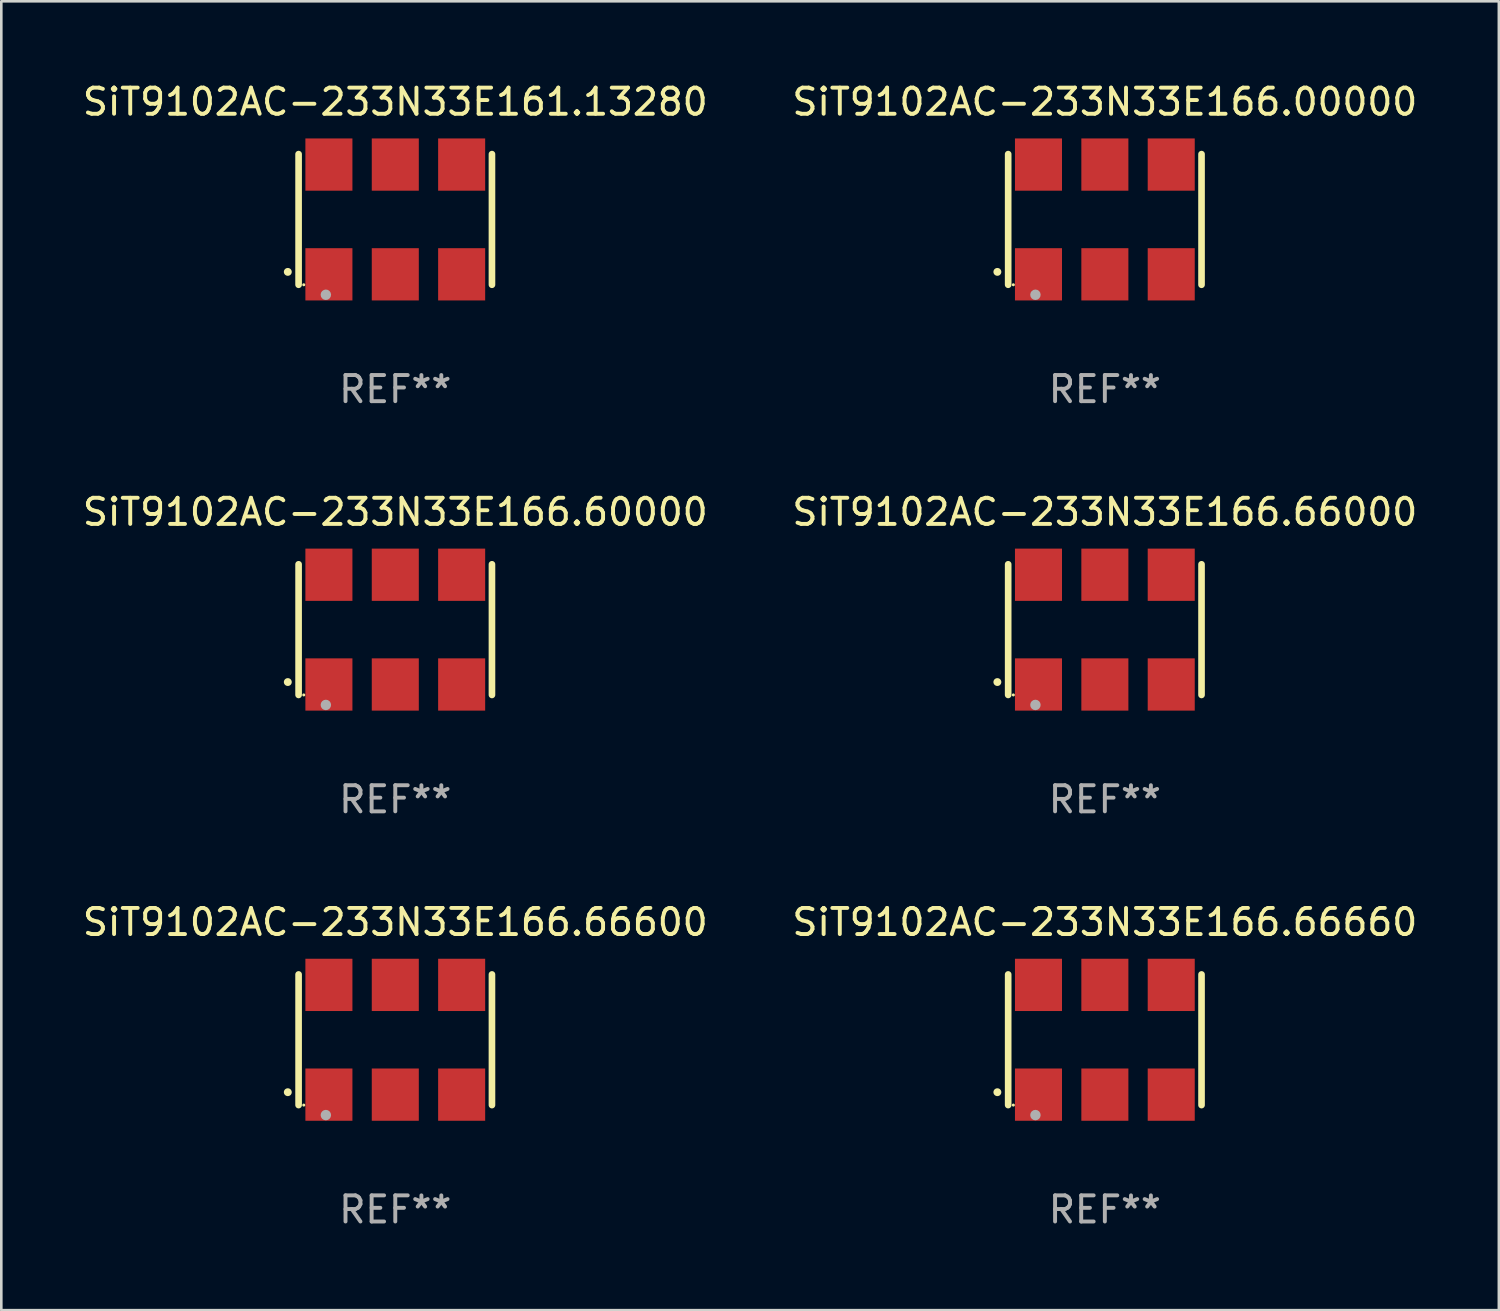
<source format=kicad_pcb>
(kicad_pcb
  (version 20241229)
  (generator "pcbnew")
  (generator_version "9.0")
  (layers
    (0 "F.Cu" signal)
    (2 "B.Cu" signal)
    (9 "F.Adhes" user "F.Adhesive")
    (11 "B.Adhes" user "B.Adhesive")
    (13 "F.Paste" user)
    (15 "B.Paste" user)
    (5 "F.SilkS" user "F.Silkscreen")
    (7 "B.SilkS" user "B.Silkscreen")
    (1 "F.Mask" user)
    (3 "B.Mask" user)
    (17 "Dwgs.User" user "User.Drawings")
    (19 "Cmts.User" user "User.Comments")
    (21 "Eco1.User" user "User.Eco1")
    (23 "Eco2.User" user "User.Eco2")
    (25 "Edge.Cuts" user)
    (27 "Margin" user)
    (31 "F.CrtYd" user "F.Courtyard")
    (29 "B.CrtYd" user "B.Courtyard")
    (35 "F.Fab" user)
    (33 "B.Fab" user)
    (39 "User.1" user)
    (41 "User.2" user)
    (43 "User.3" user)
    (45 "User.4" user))
  (footprint "SiT9102AC-233N33E166.00000"
    (layer "F.Cu")
    (at 39.232 5.348)
    (property "Reference" "SiT9102AC-233N33E166.00000" (at 0 -4.5 0) (layer "F.SilkS") (effects (font (size 1 1) (thickness 0.15))))
    (attr through_hole)
    (fp_line (start -3.7 -2.5) (end -3.7 2.5) (stroke (width 0.254) (type solid)) (layer "F.SilkS"))
    (fp_line (start 3.7 -2.5) (end 3.7 2.5) (stroke (width 0.254) (type solid)) (layer "F.SilkS"))
    (fp_arc (start -4.114415 2.006604) (mid -4.113145 2.006599) (end -4.111875 2.006604) (stroke (width 0.3) (type solid)) (layer "F.SilkS"))
    (fp_circle (center -3.502 2.5) (end -3.472 2.5) (stroke (width 0.06) (type solid)) (fill no) (layer "F.SilkS"))
    (fp_circle (center -2.657 2.882) (end -2.557 2.882) (stroke (width 0.2) (type solid)) (fill no) (layer "F.Fab"))
    (fp_text user "REF**" (at 0 6.5 0) (layer "F.Fab") (effects (font (size 1 1) (thickness 0.15))))
    (pad "1" smd rect (at -2.54 2.1) (size 1.8 2) (layers "F.Cu" "F.Mask" "F.Paste"))
    (pad "2" smd rect (at 0.000394 2.1) (size 1.8 2) (layers "F.Cu" "F.Mask" "F.Paste"))
    (pad "3" smd rect (at 2.54 2.1) (size 1.8 2) (layers "F.Cu" "F.Mask" "F.Paste"))
    (pad "4" smd rect (at 2.54 -2.1) (size 1.8 2) (layers "F.Cu" "F.Mask" "F.Paste"))
    (pad "5" smd rect (at 0.000394 -2.1) (size 1.8 2) (layers "F.Cu" "F.Mask" "F.Paste"))
    (pad "6" smd rect (at -2.54 -2.1) (size 1.8 2) (layers "F.Cu" "F.Mask" "F.Paste")))
  (footprint "SiT9102AC-233N33E166.66600"
    (layer "F.Cu")
    (at 12.077 36.741)
    (property "Reference" "SiT9102AC-233N33E166.66600" (at 0 -4.5 0) (layer "F.SilkS") (effects (font (size 1 1) (thickness 0.15))))
    (attr through_hole)
    (fp_line (start -3.7 -2.5) (end -3.7 2.5) (stroke (width 0.254) (type solid)) (layer "F.SilkS"))
    (fp_line (start 3.7 -2.5) (end 3.7 2.5) (stroke (width 0.254) (type solid)) (layer "F.SilkS"))
    (fp_arc (start -4.114415 2.006604) (mid -4.113145 2.006599) (end -4.111875 2.006604) (stroke (width 0.3) (type solid)) (layer "F.SilkS"))
    (fp_circle (center -3.502 2.5) (end -3.472 2.5) (stroke (width 0.06) (type solid)) (fill no) (layer "F.SilkS"))
    (fp_circle (center -2.657 2.882) (end -2.557 2.882) (stroke (width 0.2) (type solid)) (fill no) (layer "F.Fab"))
    (fp_text user "REF**" (at 0 6.5 0) (layer "F.Fab") (effects (font (size 1 1) (thickness 0.15))))
    (pad "1" smd rect (at -2.54 2.1) (size 1.8 2) (layers "F.Cu" "F.Mask" "F.Paste"))
    (pad "2" smd rect (at 0.000394 2.1) (size 1.8 2) (layers "F.Cu" "F.Mask" "F.Paste"))
    (pad "3" smd rect (at 2.54 2.1) (size 1.8 2) (layers "F.Cu" "F.Mask" "F.Paste"))
    (pad "4" smd rect (at 2.54 -2.1) (size 1.8 2) (layers "F.Cu" "F.Mask" "F.Paste"))
    (pad "5" smd rect (at 0.000394 -2.1) (size 1.8 2) (layers "F.Cu" "F.Mask" "F.Paste"))
    (pad "6" smd rect (at -2.54 -2.1) (size 1.8 2) (layers "F.Cu" "F.Mask" "F.Paste")))
  (footprint "SiT9102AC-233N33E166.60000"
    (layer "F.Cu")
    (at 12.077 21.045)
    (property "Reference" "SiT9102AC-233N33E166.60000" (at 0 -4.5 0) (layer "F.SilkS") (effects (font (size 1 1) (thickness 0.15))))
    (attr through_hole)
    (fp_line (start -3.7 -2.5) (end -3.7 2.5) (stroke (width 0.254) (type solid)) (layer "F.SilkS"))
    (fp_line (start 3.7 -2.5) (end 3.7 2.5) (stroke (width 0.254) (type solid)) (layer "F.SilkS"))
    (fp_arc (start -4.114415 2.006604) (mid -4.113145 2.006599) (end -4.111875 2.006604) (stroke (width 0.3) (type solid)) (layer "F.SilkS"))
    (fp_circle (center -3.502 2.5) (end -3.472 2.5) (stroke (width 0.06) (type solid)) (fill no) (layer "F.SilkS"))
    (fp_circle (center -2.657 2.882) (end -2.557 2.882) (stroke (width 0.2) (type solid)) (fill no) (layer "F.Fab"))
    (fp_text user "REF**" (at 0 6.5 0) (layer "F.Fab") (effects (font (size 1 1) (thickness 0.15))))
    (pad "1" smd rect (at -2.54 2.1) (size 1.8 2) (layers "F.Cu" "F.Mask" "F.Paste"))
    (pad "2" smd rect (at 0.000394 2.1) (size 1.8 2) (layers "F.Cu" "F.Mask" "F.Paste"))
    (pad "3" smd rect (at 2.54 2.1) (size 1.8 2) (layers "F.Cu" "F.Mask" "F.Paste"))
    (pad "4" smd rect (at 2.54 -2.1) (size 1.8 2) (layers "F.Cu" "F.Mask" "F.Paste"))
    (pad "5" smd rect (at 0.000394 -2.1) (size 1.8 2) (layers "F.Cu" "F.Mask" "F.Paste"))
    (pad "6" smd rect (at -2.54 -2.1) (size 1.8 2) (layers "F.Cu" "F.Mask" "F.Paste")))
  (footprint "SiT9102AC-233N33E161.13280"
    (layer "F.Cu")
    (at 12.077 5.348)
    (property "Reference" "SiT9102AC-233N33E161.13280" (at 0 -4.5 0) (layer "F.SilkS") (effects (font (size 1 1) (thickness 0.15))))
    (attr through_hole)
    (fp_line (start -3.7 -2.5) (end -3.7 2.5) (stroke (width 0.254) (type solid)) (layer "F.SilkS"))
    (fp_line (start 3.7 -2.5) (end 3.7 2.5) (stroke (width 0.254) (type solid)) (layer "F.SilkS"))
    (fp_arc (start -4.114415 2.006604) (mid -4.113145 2.006599) (end -4.111875 2.006604) (stroke (width 0.3) (type solid)) (layer "F.SilkS"))
    (fp_circle (center -3.502 2.5) (end -3.472 2.5) (stroke (width 0.06) (type solid)) (fill no) (layer "F.SilkS"))
    (fp_circle (center -2.657 2.882) (end -2.557 2.882) (stroke (width 0.2) (type solid)) (fill no) (layer "F.Fab"))
    (fp_text user "REF**" (at 0 6.5 0) (layer "F.Fab") (effects (font (size 1 1) (thickness 0.15))))
    (pad "1" smd rect (at -2.54 2.1) (size 1.8 2) (layers "F.Cu" "F.Mask" "F.Paste"))
    (pad "2" smd rect (at 0.000394 2.1) (size 1.8 2) (layers "F.Cu" "F.Mask" "F.Paste"))
    (pad "3" smd rect (at 2.54 2.1) (size 1.8 2) (layers "F.Cu" "F.Mask" "F.Paste"))
    (pad "4" smd rect (at 2.54 -2.1) (size 1.8 2) (layers "F.Cu" "F.Mask" "F.Paste"))
    (pad "5" smd rect (at 0.000394 -2.1) (size 1.8 2) (layers "F.Cu" "F.Mask" "F.Paste"))
    (pad "6" smd rect (at -2.54 -2.1) (size 1.8 2) (layers "F.Cu" "F.Mask" "F.Paste")))
  (footprint "SiT9102AC-233N33E166.66000"
    (layer "F.Cu")
    (at 39.232 21.045)
    (property "Reference" "SiT9102AC-233N33E166.66000" (at 0 -4.5 0) (layer "F.SilkS") (effects (font (size 1 1) (thickness 0.15))))
    (attr through_hole)
    (fp_line (start -3.7 -2.5) (end -3.7 2.5) (stroke (width 0.254) (type solid)) (layer "F.SilkS"))
    (fp_line (start 3.7 -2.5) (end 3.7 2.5) (stroke (width 0.254) (type solid)) (layer "F.SilkS"))
    (fp_arc (start -4.114415 2.006604) (mid -4.113145 2.006599) (end -4.111875 2.006604) (stroke (width 0.3) (type solid)) (layer "F.SilkS"))
    (fp_circle (center -3.502 2.5) (end -3.472 2.5) (stroke (width 0.06) (type solid)) (fill no) (layer "F.SilkS"))
    (fp_circle (center -2.657 2.882) (end -2.557 2.882) (stroke (width 0.2) (type solid)) (fill no) (layer "F.Fab"))
    (fp_text user "REF**" (at 0 6.5 0) (layer "F.Fab") (effects (font (size 1 1) (thickness 0.15))))
    (pad "1" smd rect (at -2.54 2.1) (size 1.8 2) (layers "F.Cu" "F.Mask" "F.Paste"))
    (pad "2" smd rect (at 0.000394 2.1) (size 1.8 2) (layers "F.Cu" "F.Mask" "F.Paste"))
    (pad "3" smd rect (at 2.54 2.1) (size 1.8 2) (layers "F.Cu" "F.Mask" "F.Paste"))
    (pad "4" smd rect (at 2.54 -2.1) (size 1.8 2) (layers "F.Cu" "F.Mask" "F.Paste"))
    (pad "5" smd rect (at 0.000394 -2.1) (size 1.8 2) (layers "F.Cu" "F.Mask" "F.Paste"))
    (pad "6" smd rect (at -2.54 -2.1) (size 1.8 2) (layers "F.Cu" "F.Mask" "F.Paste")))
  (footprint "SiT9102AC-233N33E166.66660"
    (layer "F.Cu")
    (at 39.232 36.741)
    (property "Reference" "SiT9102AC-233N33E166.66660" (at 0 -4.5 0) (layer "F.SilkS") (effects (font (size 1 1) (thickness 0.15))))
    (attr through_hole)
    (fp_line (start -3.7 -2.5) (end -3.7 2.5) (stroke (width 0.254) (type solid)) (layer "F.SilkS"))
    (fp_line (start 3.7 -2.5) (end 3.7 2.5) (stroke (width 0.254) (type solid)) (layer "F.SilkS"))
    (fp_arc (start -4.114415 2.006604) (mid -4.113145 2.006599) (end -4.111875 2.006604) (stroke (width 0.3) (type solid)) (layer "F.SilkS"))
    (fp_circle (center -3.502 2.5) (end -3.472 2.5) (stroke (width 0.06) (type solid)) (fill no) (layer "F.SilkS"))
    (fp_circle (center -2.657 2.882) (end -2.557 2.882) (stroke (width 0.2) (type solid)) (fill no) (layer "F.Fab"))
    (fp_text user "REF**" (at 0 6.5 0) (layer "F.Fab") (effects (font (size 1 1) (thickness 0.15))))
    (pad "1" smd rect (at -2.54 2.1) (size 1.8 2) (layers "F.Cu" "F.Mask" "F.Paste"))
    (pad "2" smd rect (at 0.000394 2.1) (size 1.8 2) (layers "F.Cu" "F.Mask" "F.Paste"))
    (pad "3" smd rect (at 2.54 2.1) (size 1.8 2) (layers "F.Cu" "F.Mask" "F.Paste"))
    (pad "4" smd rect (at 2.54 -2.1) (size 1.8 2) (layers "F.Cu" "F.Mask" "F.Paste"))
    (pad "5" smd rect (at 0.000394 -2.1) (size 1.8 2) (layers "F.Cu" "F.Mask" "F.Paste"))
    (pad "6" smd rect (at -2.54 -2.1) (size 1.8 2) (layers "F.Cu" "F.Mask" "F.Paste")))
  (gr_rect
    (start -3 -3)
    (end 54.31 47.09)
    (stroke (width 0.1) (type default))
    (fill no)
    (layer "Edge.Cuts")))
</source>
